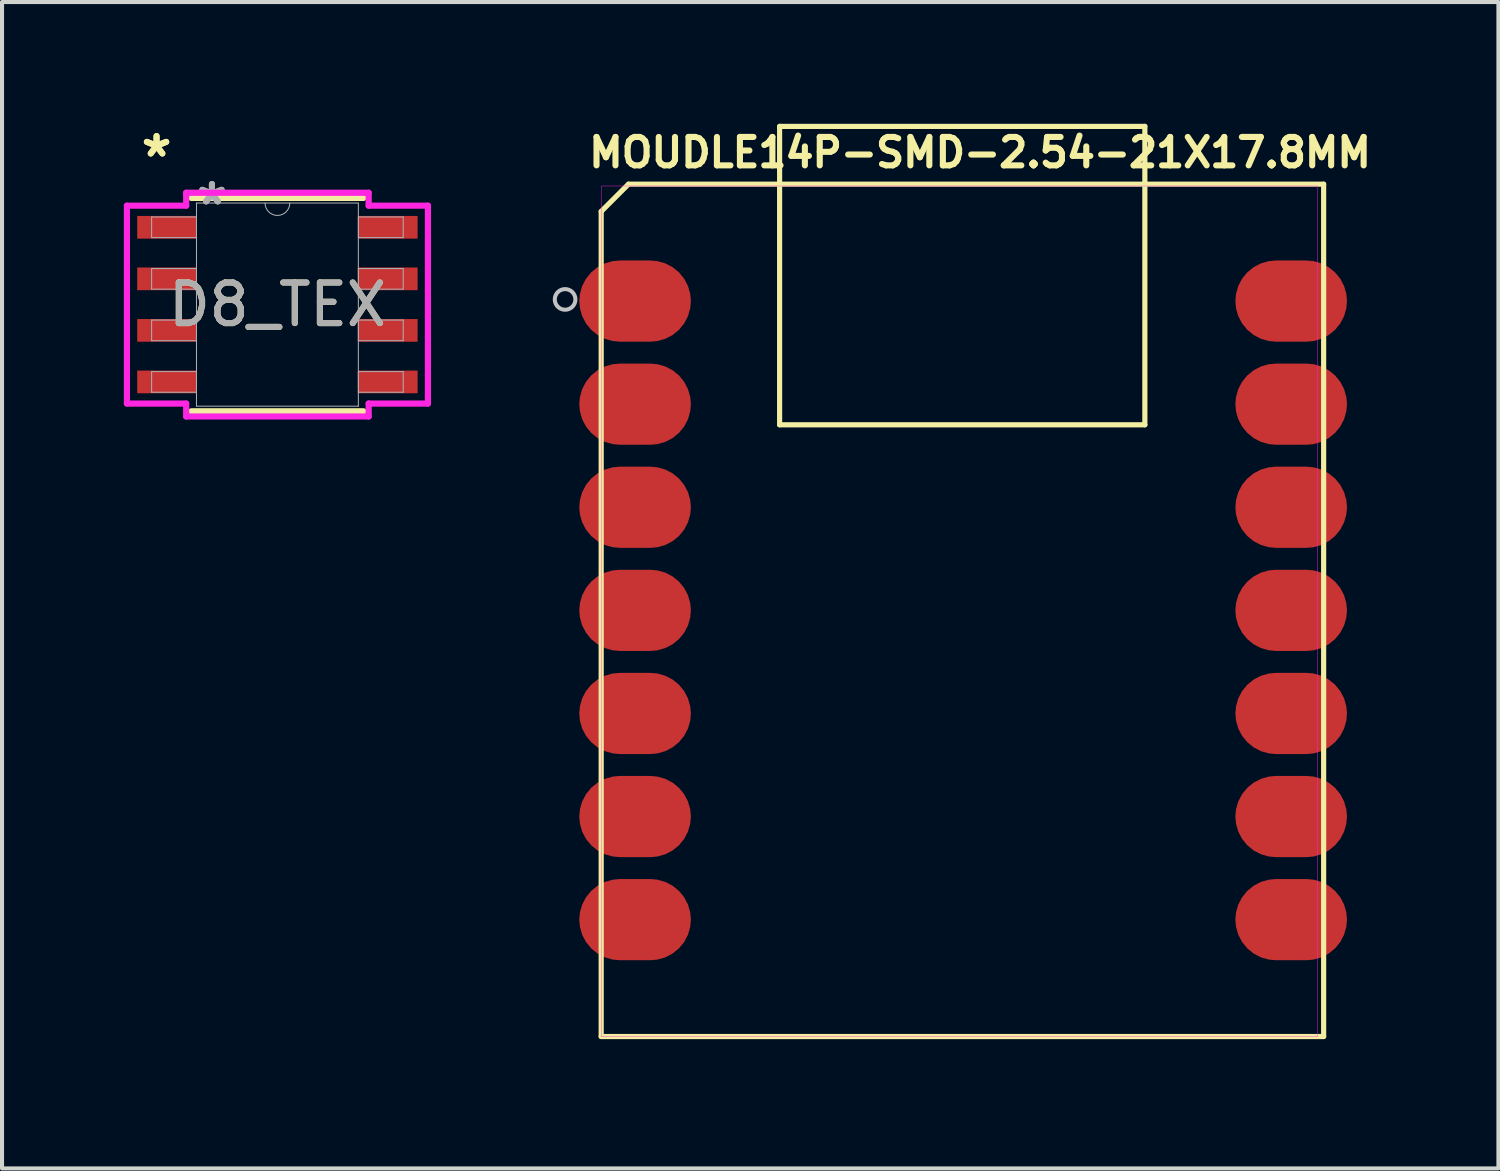
<source format=kicad_pcb>
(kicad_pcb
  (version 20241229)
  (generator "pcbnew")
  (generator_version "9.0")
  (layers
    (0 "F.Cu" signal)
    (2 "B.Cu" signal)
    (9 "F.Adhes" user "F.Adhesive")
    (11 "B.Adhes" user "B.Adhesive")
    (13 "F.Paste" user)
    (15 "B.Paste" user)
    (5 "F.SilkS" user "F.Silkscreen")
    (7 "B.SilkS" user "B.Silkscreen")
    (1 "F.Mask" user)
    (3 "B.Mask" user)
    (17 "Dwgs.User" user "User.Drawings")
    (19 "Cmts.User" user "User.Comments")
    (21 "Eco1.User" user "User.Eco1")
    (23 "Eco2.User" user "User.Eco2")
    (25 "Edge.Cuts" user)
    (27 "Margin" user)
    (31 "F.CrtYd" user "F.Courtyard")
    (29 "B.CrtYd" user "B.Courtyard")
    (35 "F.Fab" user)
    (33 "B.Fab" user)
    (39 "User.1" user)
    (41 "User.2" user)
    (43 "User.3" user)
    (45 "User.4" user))
  (footprint "D8_TEX"
    (layer "F.Cu")
    (at 3.785 4.455)
    (property "Reference" "D8_TEX" (at 0 0 0) (unlocked yes) (layer "F.SilkS") (effects (font (size 1 1) (thickness 0.15))))
    (attr smd)
    (fp_line (start -2.121 2.629) (end 2.121 2.629) (stroke (width 0.152) (type solid)) (layer "F.SilkS"))
    (fp_line (start 2.121 -2.629) (end -2.121 -2.629) (stroke (width 0.152) (type solid)) (layer "F.SilkS"))
    (fp_line (start -3.708 -2.438) (end -2.248 -2.438) (stroke (width 0.152) (type solid)) (layer "F.CrtYd"))
    (fp_line (start -3.708 2.438) (end -3.708 -2.438) (stroke (width 0.152) (type solid)) (layer "F.CrtYd"))
    (fp_line (start -3.708 2.438) (end -2.248 2.438) (stroke (width 0.152) (type solid)) (layer "F.CrtYd"))
    (fp_line (start -2.248 -2.756) (end 2.248 -2.756) (stroke (width 0.152) (type solid)) (layer "F.CrtYd"))
    (fp_line (start -2.248 -2.438) (end -2.248 -2.756) (stroke (width 0.152) (type solid)) (layer "F.CrtYd"))
    (fp_line (start -2.248 2.756) (end -2.248 2.438) (stroke (width 0.152) (type solid)) (layer "F.CrtYd"))
    (fp_line (start 2.248 -2.756) (end 2.248 -2.438) (stroke (width 0.152) (type solid)) (layer "F.CrtYd"))
    (fp_line (start 2.248 2.438) (end 2.248 2.756) (stroke (width 0.152) (type solid)) (layer "F.CrtYd"))
    (fp_line (start 2.248 2.756) (end -2.248 2.756) (stroke (width 0.152) (type solid)) (layer "F.CrtYd"))
    (fp_line (start 3.708 -2.438) (end 2.248 -2.438) (stroke (width 0.152) (type solid)) (layer "F.CrtYd"))
    (fp_line (start 3.708 -2.438) (end 3.708 2.438) (stroke (width 0.152) (type solid)) (layer "F.CrtYd"))
    (fp_line (start 3.708 2.438) (end 2.248 2.438) (stroke (width 0.152) (type solid)) (layer "F.CrtYd"))
    (fp_line (start -3.099 -2.159) (end -3.099 -1.651) (stroke (width 0.025) (type solid)) (layer "F.Fab"))
    (fp_line (start -3.099 -1.651) (end -1.994 -1.651) (stroke (width 0.025) (type solid)) (layer "F.Fab"))
    (fp_line (start -3.099 -0.889) (end -3.099 -0.381) (stroke (width 0.025) (type solid)) (layer "F.Fab"))
    (fp_line (start -3.099 -0.381) (end -1.994 -0.381) (stroke (width 0.025) (type solid)) (layer "F.Fab"))
    (fp_line (start -3.099 0.381) (end -3.099 0.889) (stroke (width 0.025) (type solid)) (layer "F.Fab"))
    (fp_line (start -3.099 0.889) (end -1.994 0.889) (stroke (width 0.025) (type solid)) (layer "F.Fab"))
    (fp_line (start -3.099 1.651) (end -3.099 2.159) (stroke (width 0.025) (type solid)) (layer "F.Fab"))
    (fp_line (start -3.099 2.159) (end -1.994 2.159) (stroke (width 0.025) (type solid)) (layer "F.Fab"))
    (fp_line (start -1.994 -2.502) (end -1.994 2.502) (stroke (width 0.025) (type solid)) (layer "F.Fab"))
    (fp_line (start -1.994 -2.159) (end -3.099 -2.159) (stroke (width 0.025) (type solid)) (layer "F.Fab"))
    (fp_line (start -1.994 -1.651) (end -1.994 -2.159) (stroke (width 0.025) (type solid)) (layer "F.Fab"))
    (fp_line (start -1.994 -0.889) (end -3.099 -0.889) (stroke (width 0.025) (type solid)) (layer "F.Fab"))
    (fp_line (start -1.994 -0.381) (end -1.994 -0.889) (stroke (width 0.025) (type solid)) (layer "F.Fab"))
    (fp_line (start -1.994 0.381) (end -3.099 0.381) (stroke (width 0.025) (type solid)) (layer "F.Fab"))
    (fp_line (start -1.994 0.889) (end -1.994 0.381) (stroke (width 0.025) (type solid)) (layer "F.Fab"))
    (fp_line (start -1.994 1.651) (end -3.099 1.651) (stroke (width 0.025) (type solid)) (layer "F.Fab"))
    (fp_line (start -1.994 2.159) (end -1.994 1.651) (stroke (width 0.025) (type solid)) (layer "F.Fab"))
    (fp_line (start -1.994 2.502) (end 1.994 2.502) (stroke (width 0.025) (type solid)) (layer "F.Fab"))
    (fp_line (start 1.994 -2.502) (end -1.994 -2.502) (stroke (width 0.025) (type solid)) (layer "F.Fab"))
    (fp_line (start 1.994 -2.159) (end 1.994 -1.651) (stroke (width 0.025) (type solid)) (layer "F.Fab"))
    (fp_line (start 1.994 -1.651) (end 3.099 -1.651) (stroke (width 0.025) (type solid)) (layer "F.Fab"))
    (fp_line (start 1.994 -0.889) (end 1.994 -0.381) (stroke (width 0.025) (type solid)) (layer "F.Fab"))
    (fp_line (start 1.994 -0.381) (end 3.099 -0.381) (stroke (width 0.025) (type solid)) (layer "F.Fab"))
    (fp_line (start 1.994 0.381) (end 1.994 0.889) (stroke (width 0.025) (type solid)) (layer "F.Fab"))
    (fp_line (start 1.994 0.889) (end 3.099 0.889) (stroke (width 0.025) (type solid)) (layer "F.Fab"))
    (fp_line (start 1.994 1.651) (end 1.994 2.159) (stroke (width 0.025) (type solid)) (layer "F.Fab"))
    (fp_line (start 1.994 2.159) (end 3.099 2.159) (stroke (width 0.025) (type solid)) (layer "F.Fab"))
    (fp_line (start 1.994 2.502) (end 1.994 -2.502) (stroke (width 0.025) (type solid)) (layer "F.Fab"))
    (fp_line (start 3.099 -2.159) (end 1.994 -2.159) (stroke (width 0.025) (type solid)) (layer "F.Fab"))
    (fp_line (start 3.099 -1.651) (end 3.099 -2.159) (stroke (width 0.025) (type solid)) (layer "F.Fab"))
    (fp_line (start 3.099 -0.889) (end 1.994 -0.889) (stroke (width 0.025) (type solid)) (layer "F.Fab"))
    (fp_line (start 3.099 -0.381) (end 3.099 -0.889) (stroke (width 0.025) (type solid)) (layer "F.Fab"))
    (fp_line (start 3.099 0.381) (end 1.994 0.381) (stroke (width 0.025) (type solid)) (layer "F.Fab"))
    (fp_line (start 3.099 0.889) (end 3.099 0.381) (stroke (width 0.025) (type solid)) (layer "F.Fab"))
    (fp_line (start 3.099 1.651) (end 1.994 1.651) (stroke (width 0.025) (type solid)) (layer "F.Fab"))
    (fp_line (start 3.099 2.159) (end 3.099 1.651) (stroke (width 0.025) (type solid)) (layer "F.Fab"))
    (fp_arc (start 0.3048 -2.5019) (mid 0 -2.1971) (end -0.3048 -2.5019) (stroke (width 0.0254) (type solid)) (layer "F.Fab"))
    (fp_text user "*" (at -2.978 -3.607 0) (layer "F.SilkS") (effects (font (size 1 1) (thickness 0.15))))
    (fp_text user "*" (at -2.978 -3.607 0) (unlocked yes) (layer "F.SilkS") (effects (font (size 1 1) (thickness 0.15))))
    (fp_text user "*" (at -1.613 -2.426 0) (unlocked yes) (layer "F.Fab") (effects (font (size 1 1) (thickness 0.15))))
    (fp_text user "${REFERENCE}" (at 0 0 0) (unlocked yes) (layer "F.Fab") (effects (font (size 1 1) (thickness 0.15))))
    (fp_text user "*" (at -1.613 -2.426 0) (layer "F.Fab") (effects (font (size 1 1) (thickness 0.15))))
    (pad "1" smd rect (at -2.724 -1.905) (size 1.46 0.559) (layers "F.Cu" "F.Mask" "F.Paste"))
    (pad "2" smd rect (at -2.724 -0.635) (size 1.46 0.559) (layers "F.Cu" "F.Mask" "F.Paste"))
    (pad "3" smd rect (at -2.724 0.635) (size 1.46 0.559) (layers "F.Cu" "F.Mask" "F.Paste"))
    (pad "4" smd rect (at -2.724 1.905) (size 1.46 0.559) (layers "F.Cu" "F.Mask" "F.Paste"))
    (pad "5" smd rect (at 2.724 1.905) (size 1.46 0.559) (layers "F.Cu" "F.Mask" "F.Paste"))
    (pad "6" smd rect (at 2.724 0.635) (size 1.46 0.559) (layers "F.Cu" "F.Mask" "F.Paste"))
    (pad "7" smd rect (at 2.724 -0.635) (size 1.46 0.559) (layers "F.Cu" "F.Mask" "F.Paste"))
    (pad "8" smd rect (at 2.724 -1.905) (size 1.46 0.559) (layers "F.Cu" "F.Mask" "F.Paste")))
  (footprint "MOUDLE14P-SMD-2.54-21X17.8MM"
    (layer "F.Cu")
    (at 11.762 22.488)
    (property "Reference" "MOUDLE14P-SMD-2.54-21X17.8MM" (at 9.335 -21.78 0) (layer "F.SilkS") (effects (font (size 0.7 0.7) (thickness 0.15))))
    (attr through_hole)
    (fp_line (start 0 -20.328) (end 0 0) (stroke (width 0.127) (type solid)) (layer "F.SilkS"))
    (fp_line (start 0 0) (end 17.8 0) (stroke (width 0.127) (type solid)) (layer "F.SilkS"))
    (fp_line (start 0.672 -21) (end 0 -20.328) (stroke (width 0.127) (type solid)) (layer "F.SilkS"))
    (fp_line (start 4.396 -15.072) (end 4.396 -22.425) (stroke (width 0.127) (type solid)) (layer "F.SilkS"))
    (fp_line (start 4.4 -22.424) (end 13.395 -22.424) (stroke (width 0.127) (type solid)) (layer "F.SilkS"))
    (fp_line (start 13.395 -22.424) (end 13.395 -15.072) (stroke (width 0.127) (type solid)) (layer "F.SilkS"))
    (fp_line (start 13.395 -15.072) (end 4.396 -15.072) (stroke (width 0.127) (type solid)) (layer "F.SilkS"))
    (fp_line (start 17.8 -21) (end 0.672 -21) (stroke (width 0.127) (type solid)) (layer "F.SilkS"))
    (fp_line (start 17.8 0) (end 17.8 -21) (stroke (width 0.127) (type solid)) (layer "F.SilkS"))
    (fp_circle (center -0.889 -18.161) (end -0.635 -18.161) (stroke (width 0.1) (type solid)) (fill no) (layer "Dwgs.User"))
    (fp_poly (pts (xy 0 -20.955) (xy 17.653 -20.955) (xy 17.653 0) (xy 0 0)) (stroke (width 0.01) (type solid)) (fill no) (layer "F.CrtYd"))
    (pad "1" smd roundrect (at 0.835 -18.12) (size 2.75 2) (layers "F.Cu" "F.Mask" "F.Paste") (roundrect_rratio 0.5))
    (pad "2" smd roundrect (at 0.835 -15.58) (size 2.75 2) (layers "F.Cu" "F.Mask" "F.Paste") (roundrect_rratio 0.5))
    (pad "3" smd roundrect (at 0.835 -13.04) (size 2.75 2) (layers "F.Cu" "F.Mask" "F.Paste") (roundrect_rratio 0.5))
    (pad "4" smd roundrect (at 0.835 -10.5) (size 2.75 2) (layers "F.Cu" "F.Mask" "F.Paste") (roundrect_rratio 0.5))
    (pad "5" smd roundrect (at 0.835 -7.96) (size 2.75 2) (layers "F.Cu" "F.Mask" "F.Paste") (roundrect_rratio 0.5))
    (pad "6" smd roundrect (at 0.835 -5.42) (size 2.75 2) (layers "F.Cu" "F.Mask" "F.Paste") (roundrect_rratio 0.5))
    (pad "7" smd roundrect (at 0.835 -2.88) (size 2.75 2) (layers "F.Cu" "F.Mask" "F.Paste") (roundrect_rratio 0.5))
    (pad "8" smd roundrect (at 17 -2.88) (size 2.75 2) (layers "F.Cu" "F.Mask" "F.Paste") (roundrect_rratio 0.5))
    (pad "9" smd roundrect (at 17 -5.42) (size 2.75 2) (layers "F.Cu" "F.Mask" "F.Paste") (roundrect_rratio 0.5))
    (pad "10" smd roundrect (at 17 -7.96) (size 2.75 2) (layers "F.Cu" "F.Mask" "F.Paste") (roundrect_rratio 0.5))
    (pad "11" smd roundrect (at 17 -10.5) (size 2.75 2) (layers "F.Cu" "F.Mask" "F.Paste") (roundrect_rratio 0.5))
    (pad "12" smd roundrect (at 17 -13.04) (size 2.75 2) (layers "F.Cu" "F.Mask" "F.Paste") (roundrect_rratio 0.5))
    (pad "13" smd roundrect (at 17 -15.58) (size 2.75 2) (layers "F.Cu" "F.Mask" "F.Paste") (roundrect_rratio 0.5))
    (pad "14" smd roundrect (at 17 -18.12) (size 2.75 2) (layers "F.Cu" "F.Mask" "F.Paste") (roundrect_rratio 0.5))
    (zone (net_name "") (layer "F.Cu") (hatch full 0.508) (connect_pads) (min_thickness 0.01) (filled_areas_thickness no) (keepout (tracks not_allowed) (vias not_allowed) (pads not_allowed) (copperpour not_allowed) (footprints allowed)) (placement (enabled no)) (fill) (polygon (pts (xy 14.747 9.725) (xy 17.668 9.725) (xy 17.668 11.757) (xy 14.747 11.757))))
    (zone (net_name "") (layer "F.Cu") (hatch full 0.508) (connect_pads) (min_thickness 0.01) (filled_areas_thickness no) (keepout (tracks not_allowed) (vias not_allowed) (pads not_allowed) (copperpour not_allowed) (footprints allowed)) (placement (enabled no)) (fill) (polygon (pts (xy 15.445 1.407) (xy 17.223 1.407) (xy 17.223 4.074) (xy 15.445 4.074))))
    (zone (net_name "") (layer "F.Cu") (hatch full 0.508) (connect_pads) (min_thickness 0.01) (filled_areas_thickness no) (keepout (tracks not_allowed) (vias not_allowed) (pads not_allowed) (copperpour not_allowed) (footprints allowed)) (placement (enabled no)) (fill) (polygon (pts (xy 15.445 5.471) (xy 17.223 5.471) (xy 17.223 8.137) (xy 15.445 8.137))))
    (zone (net_name "") (layer "F.Cu") (hatch full 0.508) (connect_pads) (min_thickness 0.01) (filled_areas_thickness no) (keepout (tracks not_allowed) (vias not_allowed) (pads not_allowed) (copperpour not_allowed) (footprints allowed)) (placement (enabled no)) (fill) (polygon (pts (xy 18.112 2.168) (xy 23.319 2.168) (xy 23.319 9.153) (xy 18.112 9.153))))
    (zone (net_name "") (layer "F.Cu") (hatch full 0.508) (connect_pads) (min_thickness 0.01) (filled_areas_thickness no) (keepout (tracks not_allowed) (vias not_allowed) (pads not_allowed) (copperpour not_allowed) (footprints allowed)) (placement (enabled no)) (fill) (polygon (pts (xy 18.112 19.314) (xy 23.827 19.314) (xy 23.827 21.854) (xy 18.112 21.854))))
    (zone (net_name "") (layer "F.Cu") (hatch full 0.508) (connect_pads) (min_thickness 0.01) (filled_areas_thickness no) (keepout (tracks not_allowed) (vias not_allowed) (pads not_allowed) (copperpour not_allowed) (footprints allowed)) (placement (enabled no)) (fill) (polygon (pts (xy 21.541 11.185) (xy 24.589 11.185) (xy 24.589 14.233) (xy 21.541 14.233))))
    (zone (net_name "") (layer "F.Cu") (hatch full 0.508) (connect_pads) (min_thickness 0.01) (filled_areas_thickness no) (keepout (tracks not_allowed) (vias not_allowed) (pads not_allowed) (copperpour not_allowed) (footprints allowed)) (placement (enabled no)) (fill) (polygon (pts (xy 24.081 1.407) (xy 25.859 1.407) (xy 25.859 4.074) (xy 24.081 4.074))))
    (zone (net_name "") (layer "F.Cu") (hatch full 0.508) (connect_pads) (min_thickness 0.01) (filled_areas_thickness no) (keepout (tracks not_allowed) (vias not_allowed) (pads not_allowed) (copperpour not_allowed) (footprints allowed)) (placement (enabled no)) (fill) (polygon (pts (xy 24.081 5.471) (xy 25.859 5.471) (xy 25.859 8.137) (xy 24.081 8.137)))))
  (gr_rect
    (start -3 -3)
    (end 33.868 25.738)
    (stroke (width 0.1) (type default))
    (fill no)
    (layer "Edge.Cuts")))
</source>
